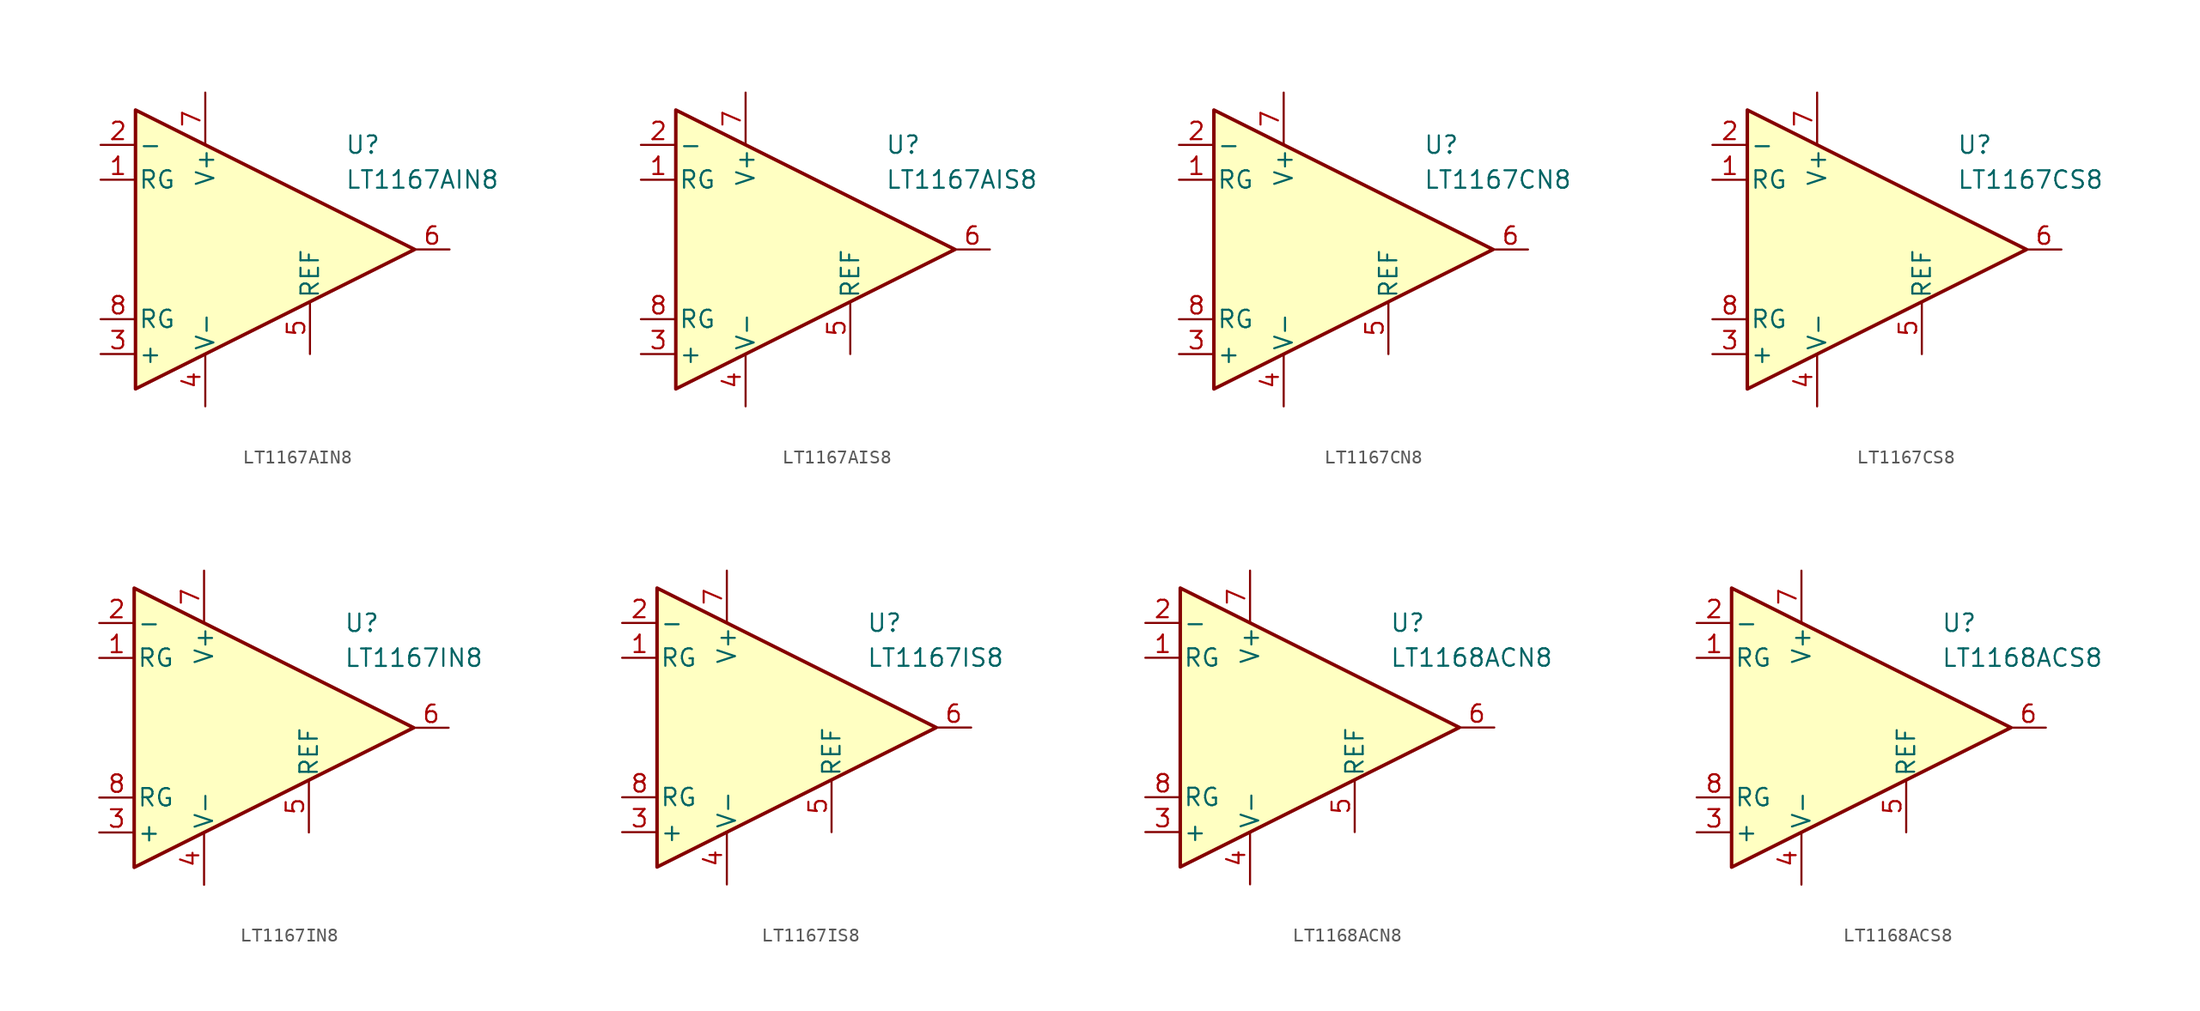
<source format=kicad_sym>
(kicad_symbol_lib
  (version 20231120)
  (generator "kicad_symbol_editor")
  (generator_version "8.0")
  (symbol "LT1167AIN8"
    (pin_names
      (offset 0.2))
    (property "Reference" "U"
      (at 6.35 7.62 0)
      (effects (font (size 1.27 1.27)) (justify left)))
    (property "Value" "LT1167AIN8"
      (at 6.35 5.08 0)
      (effects (font (size 1.27 1.27)) (justify left)))
    (symbol "LT1167AIN8_0_1"
      (polyline (pts (xy -8.89 10.16) (xy -8.89 -10.16) (xy 11.43 0) (xy -8.89 10.16)) (stroke (width 0.254) (type default)) (fill (type background))))
    (symbol "LT1167AIN8_1_1"
      (pin passive line (at -11.43 5.08 0) (length 2.54) (name "RG" (effects (font (size 1.27 1.27)))) (number "1" (effects (font (size 1.27 1.27)))))
      (pin input line (at -11.43 7.62 0) (length 2.54) (name "-" (effects (font (size 1.27 1.27)))) (number "2" (effects (font (size 1.27 1.27)))))
      (pin input line (at -11.43 -7.62 0) (length 2.54) (name "+" (effects (font (size 1.27 1.27)))) (number "3" (effects (font (size 1.27 1.27)))))
      (pin power_in line (at -3.81 -11.43 90) (length 3.81) (name "V-" (effects (font (size 1.27 1.27)))) (number "4" (effects (font (size 1.27 1.27)))))
      (pin input line (at 3.81 -7.62 90) (length 3.81) (name "REF" (effects (font (size 1.27 1.27)))) (number "5" (effects (font (size 1.27 1.27)))))
      (pin output line (at 13.97 0 180) (length 2.54) (name "~" (effects (font (size 1.27 1.27)))) (number "6" (effects (font (size 1.27 1.27)))))
      (pin power_in line (at -3.81 11.43 270) (length 3.81) (name "V+" (effects (font (size 1.27 1.27)))) (number "7" (effects (font (size 1.27 1.27)))))
      (pin passive line (at -11.43 -5.08 0) (length 2.54) (name "RG" (effects (font (size 1.27 1.27)))) (number "8" (effects (font (size 1.27 1.27)))))))
  (symbol "LT1167AIS8"
    (pin_names
      (offset 0.2))
    (property "Reference" "U"
      (at 6.35 7.62 0)
      (effects (font (size 1.27 1.27)) (justify left)))
    (property "Value" "LT1167AIS8"
      (at 6.35 5.08 0)
      (effects (font (size 1.27 1.27)) (justify left)))
    (symbol "LT1167AIS8_0_1"
      (polyline (pts (xy -8.89 10.16) (xy -8.89 -10.16) (xy 11.43 0) (xy -8.89 10.16)) (stroke (width 0.254) (type default)) (fill (type background))))
    (symbol "LT1167AIS8_1_1"
      (pin passive line (at -11.43 5.08 0) (length 2.54) (name "RG" (effects (font (size 1.27 1.27)))) (number "1" (effects (font (size 1.27 1.27)))))
      (pin input line (at -11.43 7.62 0) (length 2.54) (name "-" (effects (font (size 1.27 1.27)))) (number "2" (effects (font (size 1.27 1.27)))))
      (pin input line (at -11.43 -7.62 0) (length 2.54) (name "+" (effects (font (size 1.27 1.27)))) (number "3" (effects (font (size 1.27 1.27)))))
      (pin power_in line (at -3.81 -11.43 90) (length 3.81) (name "V-" (effects (font (size 1.27 1.27)))) (number "4" (effects (font (size 1.27 1.27)))))
      (pin input line (at 3.81 -7.62 90) (length 3.81) (name "REF" (effects (font (size 1.27 1.27)))) (number "5" (effects (font (size 1.27 1.27)))))
      (pin output line (at 13.97 0 180) (length 2.54) (name "~" (effects (font (size 1.27 1.27)))) (number "6" (effects (font (size 1.27 1.27)))))
      (pin power_in line (at -3.81 11.43 270) (length 3.81) (name "V+" (effects (font (size 1.27 1.27)))) (number "7" (effects (font (size 1.27 1.27)))))
      (pin passive line (at -11.43 -5.08 0) (length 2.54) (name "RG" (effects (font (size 1.27 1.27)))) (number "8" (effects (font (size 1.27 1.27)))))))
  (symbol "LT1167CN8"
    (pin_names
      (offset 0.2))
    (property "Reference" "U"
      (at 6.35 7.62 0)
      (effects (font (size 1.27 1.27)) (justify left)))
    (property "Value" "LT1167CN8"
      (at 6.35 5.08 0)
      (effects (font (size 1.27 1.27)) (justify left)))
    (symbol "LT1167CN8_0_1"
      (polyline (pts (xy -8.89 10.16) (xy -8.89 -10.16) (xy 11.43 0) (xy -8.89 10.16)) (stroke (width 0.254) (type default)) (fill (type background))))
    (symbol "LT1167CN8_1_1"
      (pin passive line (at -11.43 5.08 0) (length 2.54) (name "RG" (effects (font (size 1.27 1.27)))) (number "1" (effects (font (size 1.27 1.27)))))
      (pin input line (at -11.43 7.62 0) (length 2.54) (name "-" (effects (font (size 1.27 1.27)))) (number "2" (effects (font (size 1.27 1.27)))))
      (pin input line (at -11.43 -7.62 0) (length 2.54) (name "+" (effects (font (size 1.27 1.27)))) (number "3" (effects (font (size 1.27 1.27)))))
      (pin power_in line (at -3.81 -11.43 90) (length 3.81) (name "V-" (effects (font (size 1.27 1.27)))) (number "4" (effects (font (size 1.27 1.27)))))
      (pin input line (at 3.81 -7.62 90) (length 3.81) (name "REF" (effects (font (size 1.27 1.27)))) (number "5" (effects (font (size 1.27 1.27)))))
      (pin output line (at 13.97 0 180) (length 2.54) (name "~" (effects (font (size 1.27 1.27)))) (number "6" (effects (font (size 1.27 1.27)))))
      (pin power_in line (at -3.81 11.43 270) (length 3.81) (name "V+" (effects (font (size 1.27 1.27)))) (number "7" (effects (font (size 1.27 1.27)))))
      (pin passive line (at -11.43 -5.08 0) (length 2.54) (name "RG" (effects (font (size 1.27 1.27)))) (number "8" (effects (font (size 1.27 1.27)))))))
  (symbol "LT1167CS8"
    (pin_names
      (offset 0.2))
    (property "Reference" "U"
      (at 6.35 7.62 0)
      (effects (font (size 1.27 1.27)) (justify left)))
    (property "Value" "LT1167CS8"
      (at 6.35 5.08 0)
      (effects (font (size 1.27 1.27)) (justify left)))
    (symbol "LT1167CS8_0_1"
      (polyline (pts (xy -8.89 10.16) (xy -8.89 -10.16) (xy 11.43 0) (xy -8.89 10.16)) (stroke (width 0.254) (type default)) (fill (type background))))
    (symbol "LT1167CS8_1_1"
      (pin passive line (at -11.43 5.08 0) (length 2.54) (name "RG" (effects (font (size 1.27 1.27)))) (number "1" (effects (font (size 1.27 1.27)))))
      (pin input line (at -11.43 7.62 0) (length 2.54) (name "-" (effects (font (size 1.27 1.27)))) (number "2" (effects (font (size 1.27 1.27)))))
      (pin input line (at -11.43 -7.62 0) (length 2.54) (name "+" (effects (font (size 1.27 1.27)))) (number "3" (effects (font (size 1.27 1.27)))))
      (pin power_in line (at -3.81 -11.43 90) (length 3.81) (name "V-" (effects (font (size 1.27 1.27)))) (number "4" (effects (font (size 1.27 1.27)))))
      (pin input line (at 3.81 -7.62 90) (length 3.81) (name "REF" (effects (font (size 1.27 1.27)))) (number "5" (effects (font (size 1.27 1.27)))))
      (pin output line (at 13.97 0 180) (length 2.54) (name "~" (effects (font (size 1.27 1.27)))) (number "6" (effects (font (size 1.27 1.27)))))
      (pin power_in line (at -3.81 11.43 270) (length 3.81) (name "V+" (effects (font (size 1.27 1.27)))) (number "7" (effects (font (size 1.27 1.27)))))
      (pin passive line (at -11.43 -5.08 0) (length 2.54) (name "RG" (effects (font (size 1.27 1.27)))) (number "8" (effects (font (size 1.27 1.27)))))))
  (symbol "LT1167IN8"
    (pin_names
      (offset 0.2))
    (property "Reference" "U"
      (at 6.35 7.62 0)
      (effects (font (size 1.27 1.27)) (justify left)))
    (property "Value" "LT1167IN8"
      (at 6.35 5.08 0)
      (effects (font (size 1.27 1.27)) (justify left)))
    (symbol "LT1167IN8_0_1"
      (polyline (pts (xy -8.89 10.16) (xy -8.89 -10.16) (xy 11.43 0) (xy -8.89 10.16)) (stroke (width 0.254) (type default)) (fill (type background))))
    (symbol "LT1167IN8_1_1"
      (pin passive line (at -11.43 5.08 0) (length 2.54) (name "RG" (effects (font (size 1.27 1.27)))) (number "1" (effects (font (size 1.27 1.27)))))
      (pin input line (at -11.43 7.62 0) (length 2.54) (name "-" (effects (font (size 1.27 1.27)))) (number "2" (effects (font (size 1.27 1.27)))))
      (pin input line (at -11.43 -7.62 0) (length 2.54) (name "+" (effects (font (size 1.27 1.27)))) (number "3" (effects (font (size 1.27 1.27)))))
      (pin power_in line (at -3.81 -11.43 90) (length 3.81) (name "V-" (effects (font (size 1.27 1.27)))) (number "4" (effects (font (size 1.27 1.27)))))
      (pin input line (at 3.81 -7.62 90) (length 3.81) (name "REF" (effects (font (size 1.27 1.27)))) (number "5" (effects (font (size 1.27 1.27)))))
      (pin output line (at 13.97 0 180) (length 2.54) (name "~" (effects (font (size 1.27 1.27)))) (number "6" (effects (font (size 1.27 1.27)))))
      (pin power_in line (at -3.81 11.43 270) (length 3.81) (name "V+" (effects (font (size 1.27 1.27)))) (number "7" (effects (font (size 1.27 1.27)))))
      (pin passive line (at -11.43 -5.08 0) (length 2.54) (name "RG" (effects (font (size 1.27 1.27)))) (number "8" (effects (font (size 1.27 1.27)))))))
  (symbol "LT1167IS8"
    (pin_names
      (offset 0.2))
    (property "Reference" "U"
      (at 6.35 7.62 0)
      (effects (font (size 1.27 1.27)) (justify left)))
    (property "Value" "LT1167IS8"
      (at 6.35 5.08 0)
      (effects (font (size 1.27 1.27)) (justify left)))
    (symbol "LT1167IS8_0_1"
      (polyline (pts (xy -8.89 10.16) (xy -8.89 -10.16) (xy 11.43 0) (xy -8.89 10.16)) (stroke (width 0.254) (type default)) (fill (type background))))
    (symbol "LT1167IS8_1_1"
      (pin passive line (at -11.43 5.08 0) (length 2.54) (name "RG" (effects (font (size 1.27 1.27)))) (number "1" (effects (font (size 1.27 1.27)))))
      (pin input line (at -11.43 7.62 0) (length 2.54) (name "-" (effects (font (size 1.27 1.27)))) (number "2" (effects (font (size 1.27 1.27)))))
      (pin input line (at -11.43 -7.62 0) (length 2.54) (name "+" (effects (font (size 1.27 1.27)))) (number "3" (effects (font (size 1.27 1.27)))))
      (pin power_in line (at -3.81 -11.43 90) (length 3.81) (name "V-" (effects (font (size 1.27 1.27)))) (number "4" (effects (font (size 1.27 1.27)))))
      (pin input line (at 3.81 -7.62 90) (length 3.81) (name "REF" (effects (font (size 1.27 1.27)))) (number "5" (effects (font (size 1.27 1.27)))))
      (pin output line (at 13.97 0 180) (length 2.54) (name "~" (effects (font (size 1.27 1.27)))) (number "6" (effects (font (size 1.27 1.27)))))
      (pin power_in line (at -3.81 11.43 270) (length 3.81) (name "V+" (effects (font (size 1.27 1.27)))) (number "7" (effects (font (size 1.27 1.27)))))
      (pin passive line (at -11.43 -5.08 0) (length 2.54) (name "RG" (effects (font (size 1.27 1.27)))) (number "8" (effects (font (size 1.27 1.27)))))))
  (symbol "LT1168ACN8"
    (pin_names
      (offset 0.2))
    (property "Reference" "U"
      (at 6.35 7.62 0)
      (effects (font (size 1.27 1.27)) (justify left)))
    (property "Value" "LT1168ACN8"
      (at 6.35 5.08 0)
      (effects (font (size 1.27 1.27)) (justify left)))
    (symbol "LT1168ACN8_0_1"
      (polyline (pts (xy -8.89 10.16) (xy -8.89 -10.16) (xy 11.43 0) (xy -8.89 10.16)) (stroke (width 0.254) (type default)) (fill (type background))))
    (symbol "LT1168ACN8_1_1"
      (pin passive line (at -11.43 5.08 0) (length 2.54) (name "RG" (effects (font (size 1.27 1.27)))) (number "1" (effects (font (size 1.27 1.27)))))
      (pin input line (at -11.43 7.62 0) (length 2.54) (name "-" (effects (font (size 1.27 1.27)))) (number "2" (effects (font (size 1.27 1.27)))))
      (pin input line (at -11.43 -7.62 0) (length 2.54) (name "+" (effects (font (size 1.27 1.27)))) (number "3" (effects (font (size 1.27 1.27)))))
      (pin power_in line (at -3.81 -11.43 90) (length 3.81) (name "V-" (effects (font (size 1.27 1.27)))) (number "4" (effects (font (size 1.27 1.27)))))
      (pin input line (at 3.81 -7.62 90) (length 3.81) (name "REF" (effects (font (size 1.27 1.27)))) (number "5" (effects (font (size 1.27 1.27)))))
      (pin output line (at 13.97 0 180) (length 2.54) (name "~" (effects (font (size 1.27 1.27)))) (number "6" (effects (font (size 1.27 1.27)))))
      (pin power_in line (at -3.81 11.43 270) (length 3.81) (name "V+" (effects (font (size 1.27 1.27)))) (number "7" (effects (font (size 1.27 1.27)))))
      (pin passive line (at -11.43 -5.08 0) (length 2.54) (name "RG" (effects (font (size 1.27 1.27)))) (number "8" (effects (font (size 1.27 1.27)))))))
  (symbol "LT1168ACS8"
    (pin_names
      (offset 0.2))
    (property "Reference" "U"
      (at 6.35 7.62 0)
      (effects (font (size 1.27 1.27)) (justify left)))
    (property "Value" "LT1168ACS8"
      (at 6.35 5.08 0)
      (effects (font (size 1.27 1.27)) (justify left)))
    (symbol "LT1168ACS8_0_1"
      (polyline (pts (xy -8.89 10.16) (xy -8.89 -10.16) (xy 11.43 0) (xy -8.89 10.16)) (stroke (width 0.254) (type default)) (fill (type background))))
    (symbol "LT1168ACS8_1_1"
      (pin passive line (at -11.43 5.08 0) (length 2.54) (name "RG" (effects (font (size 1.27 1.27)))) (number "1" (effects (font (size 1.27 1.27)))))
      (pin input line (at -11.43 7.62 0) (length 2.54) (name "-" (effects (font (size 1.27 1.27)))) (number "2" (effects (font (size 1.27 1.27)))))
      (pin input line (at -11.43 -7.62 0) (length 2.54) (name "+" (effects (font (size 1.27 1.27)))) (number "3" (effects (font (size 1.27 1.27)))))
      (pin power_in line (at -3.81 -11.43 90) (length 3.81) (name "V-" (effects (font (size 1.27 1.27)))) (number "4" (effects (font (size 1.27 1.27)))))
      (pin input line (at 3.81 -7.62 90) (length 3.81) (name "REF" (effects (font (size 1.27 1.27)))) (number "5" (effects (font (size 1.27 1.27)))))
      (pin output line (at 13.97 0 180) (length 2.54) (name "~" (effects (font (size 1.27 1.27)))) (number "6" (effects (font (size 1.27 1.27)))))
      (pin power_in line (at -3.81 11.43 270) (length 3.81) (name "V+" (effects (font (size 1.27 1.27)))) (number "7" (effects (font (size 1.27 1.27)))))
      (pin passive line (at -11.43 -5.08 0) (length 2.54) (name "RG" (effects (font (size 1.27 1.27)))) (number "8" (effects (font (size 1.27 1.27))))))))
</source>
